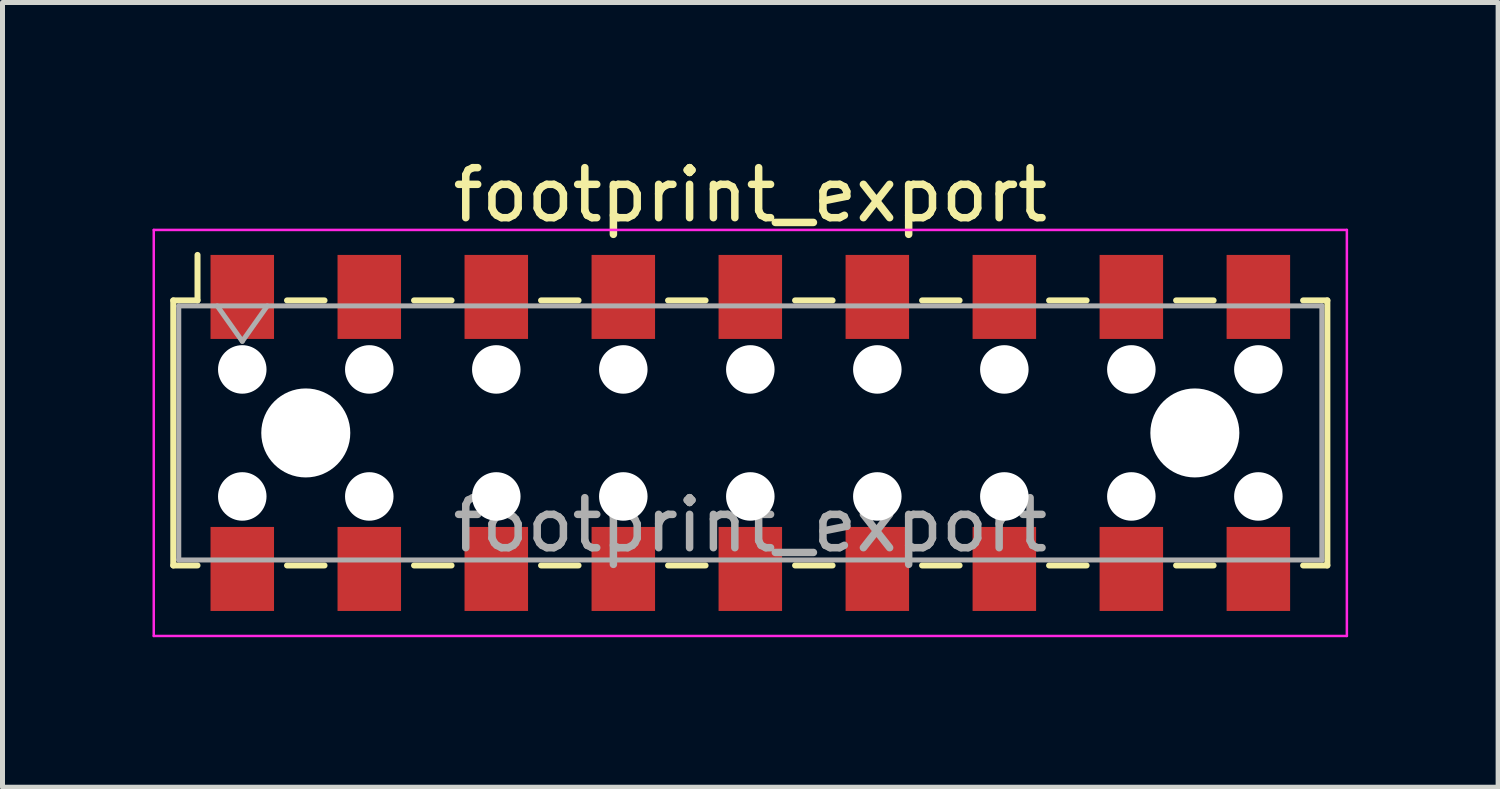
<source format=kicad_pcb>
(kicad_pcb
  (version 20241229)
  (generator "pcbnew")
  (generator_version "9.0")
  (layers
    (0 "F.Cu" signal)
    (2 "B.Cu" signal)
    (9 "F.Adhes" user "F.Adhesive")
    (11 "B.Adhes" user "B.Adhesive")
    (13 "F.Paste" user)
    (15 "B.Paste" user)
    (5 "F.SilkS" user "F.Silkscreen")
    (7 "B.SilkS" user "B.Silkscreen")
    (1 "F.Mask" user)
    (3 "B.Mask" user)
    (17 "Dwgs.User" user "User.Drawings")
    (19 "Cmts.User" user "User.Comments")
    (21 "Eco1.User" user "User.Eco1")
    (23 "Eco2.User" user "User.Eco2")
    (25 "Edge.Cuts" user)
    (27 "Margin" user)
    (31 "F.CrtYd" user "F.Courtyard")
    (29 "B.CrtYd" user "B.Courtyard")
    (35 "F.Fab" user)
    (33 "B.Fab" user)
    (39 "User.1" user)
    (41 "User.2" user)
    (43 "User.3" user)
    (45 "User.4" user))
  (footprint "footprint_export"
    (layer "F.Cu")
    (at 11.955 5.608)
    (property "Reference" "footprint_export" (at 0 -4.76 0) (layer "F.SilkS") (effects (font (size 1 1) (thickness 0.15))))
    (attr smd)
    (fp_line (start -11.54 -2.65) (end -11.54 2.65) (stroke (width 0.12) (type solid)) (layer "F.SilkS"))
    (fp_line (start -11.54 2.65) (end -11.055 2.65) (stroke (width 0.12) (type solid)) (layer "F.SilkS"))
    (fp_line (start -11.055 -3.56) (end -11.055 -2.65) (stroke (width 0.12) (type solid)) (layer "F.SilkS"))
    (fp_line (start -11.055 -2.65) (end -11.54 -2.65) (stroke (width 0.12) (type solid)) (layer "F.SilkS"))
    (fp_line (start -9.265 -2.65) (end -8.515 -2.65) (stroke (width 0.12) (type solid)) (layer "F.SilkS"))
    (fp_line (start -9.265 2.65) (end -8.515 2.65) (stroke (width 0.12) (type solid)) (layer "F.SilkS"))
    (fp_line (start -6.725 -2.65) (end -5.975 -2.65) (stroke (width 0.12) (type solid)) (layer "F.SilkS"))
    (fp_line (start -6.725 2.65) (end -5.975 2.65) (stroke (width 0.12) (type solid)) (layer "F.SilkS"))
    (fp_line (start -4.185 -2.65) (end -3.435 -2.65) (stroke (width 0.12) (type solid)) (layer "F.SilkS"))
    (fp_line (start -4.185 2.65) (end -3.435 2.65) (stroke (width 0.12) (type solid)) (layer "F.SilkS"))
    (fp_line (start -1.645 -2.65) (end -0.895 -2.65) (stroke (width 0.12) (type solid)) (layer "F.SilkS"))
    (fp_line (start -1.645 2.65) (end -0.895 2.65) (stroke (width 0.12) (type solid)) (layer "F.SilkS"))
    (fp_line (start 0.895 -2.65) (end 1.645 -2.65) (stroke (width 0.12) (type solid)) (layer "F.SilkS"))
    (fp_line (start 0.895 2.65) (end 1.645 2.65) (stroke (width 0.12) (type solid)) (layer "F.SilkS"))
    (fp_line (start 3.435 -2.65) (end 4.185 -2.65) (stroke (width 0.12) (type solid)) (layer "F.SilkS"))
    (fp_line (start 3.435 2.65) (end 4.185 2.65) (stroke (width 0.12) (type solid)) (layer "F.SilkS"))
    (fp_line (start 5.975 -2.65) (end 6.725 -2.65) (stroke (width 0.12) (type solid)) (layer "F.SilkS"))
    (fp_line (start 5.975 2.65) (end 6.725 2.65) (stroke (width 0.12) (type solid)) (layer "F.SilkS"))
    (fp_line (start 8.515 -2.65) (end 9.265 -2.65) (stroke (width 0.12) (type solid)) (layer "F.SilkS"))
    (fp_line (start 8.515 2.65) (end 9.265 2.65) (stroke (width 0.12) (type solid)) (layer "F.SilkS"))
    (fp_line (start 11.055 -2.65) (end 11.54 -2.65) (stroke (width 0.12) (type solid)) (layer "F.SilkS"))
    (fp_line (start 11.54 -2.65) (end 11.54 2.65) (stroke (width 0.12) (type solid)) (layer "F.SilkS"))
    (fp_line (start 11.54 2.65) (end 11.055 2.65) (stroke (width 0.12) (type solid)) (layer "F.SilkS"))
    (fp_line (start -11.93 -4.06) (end 11.93 -4.06) (stroke (width 0.05) (type solid)) (layer "F.CrtYd"))
    (fp_line (start -11.93 4.06) (end -11.93 -4.06) (stroke (width 0.05) (type solid)) (layer "F.CrtYd"))
    (fp_line (start 11.93 -4.06) (end 11.93 4.06) (stroke (width 0.05) (type solid)) (layer "F.CrtYd"))
    (fp_line (start 11.93 4.06) (end -11.93 4.06) (stroke (width 0.05) (type solid)) (layer "F.CrtYd"))
    (fp_line (start -11.43 -2.54) (end 11.43 -2.54) (stroke (width 0.1) (type solid)) (layer "F.Fab"))
    (fp_line (start -11.43 2.54) (end -11.43 -2.54) (stroke (width 0.1) (type solid)) (layer "F.Fab"))
    (fp_line (start -10.66 -2.54) (end -10.16 -1.833) (stroke (width 0.1) (type solid)) (layer "F.Fab"))
    (fp_line (start -10.16 -1.833) (end -9.66 -2.54) (stroke (width 0.1) (type solid)) (layer "F.Fab"))
    (fp_line (start 11.43 -2.54) (end 11.43 2.54) (stroke (width 0.1) (type solid)) (layer "F.Fab"))
    (fp_line (start 11.43 2.54) (end -11.43 2.54) (stroke (width 0.1) (type solid)) (layer "F.Fab"))
    (fp_text user "${REFERENCE}" (at 0 1.84 0) (layer "F.Fab") (effects (font (size 1 1) (thickness 0.15))))
    (pad "" np_thru_hole circle (at -10.16 -1.27) (size 0.97 0.97) (drill 0.97) (layers "*.Cu" "*.Mask"))
    (pad "" np_thru_hole circle (at -10.16 1.27) (size 0.97 0.97) (drill 0.97) (layers "*.Cu" "*.Mask"))
    (pad "" np_thru_hole circle (at -8.89 0) (size 1.78 1.78) (drill 1.78) (layers "*.Cu" "*.Mask"))
    (pad "" np_thru_hole circle (at -7.62 -1.27) (size 0.97 0.97) (drill 0.97) (layers "*.Cu" "*.Mask"))
    (pad "" np_thru_hole circle (at -7.62 1.27) (size 0.97 0.97) (drill 0.97) (layers "*.Cu" "*.Mask"))
    (pad "" np_thru_hole circle (at -5.08 -1.27) (size 0.97 0.97) (drill 0.97) (layers "*.Cu" "*.Mask"))
    (pad "" np_thru_hole circle (at -5.08 1.27) (size 0.97 0.97) (drill 0.97) (layers "*.Cu" "*.Mask"))
    (pad "" np_thru_hole circle (at -2.54 -1.27) (size 0.97 0.97) (drill 0.97) (layers "*.Cu" "*.Mask"))
    (pad "" np_thru_hole circle (at -2.54 1.27) (size 0.97 0.97) (drill 0.97) (layers "*.Cu" "*.Mask"))
    (pad "" np_thru_hole circle (at 0 -1.27) (size 0.97 0.97) (drill 0.97) (layers "*.Cu" "*.Mask"))
    (pad "" np_thru_hole circle (at 0 1.27) (size 0.97 0.97) (drill 0.97) (layers "*.Cu" "*.Mask"))
    (pad "" np_thru_hole circle (at 2.54 -1.27) (size 0.97 0.97) (drill 0.97) (layers "*.Cu" "*.Mask"))
    (pad "" np_thru_hole circle (at 2.54 1.27) (size 0.97 0.97) (drill 0.97) (layers "*.Cu" "*.Mask"))
    (pad "" np_thru_hole circle (at 5.08 -1.27) (size 0.97 0.97) (drill 0.97) (layers "*.Cu" "*.Mask"))
    (pad "" np_thru_hole circle (at 5.08 1.27) (size 0.97 0.97) (drill 0.97) (layers "*.Cu" "*.Mask"))
    (pad "" np_thru_hole circle (at 7.62 -1.27) (size 0.97 0.97) (drill 0.97) (layers "*.Cu" "*.Mask"))
    (pad "" np_thru_hole circle (at 7.62 1.27) (size 0.97 0.97) (drill 0.97) (layers "*.Cu" "*.Mask"))
    (pad "" np_thru_hole circle (at 8.89 0) (size 1.78 1.78) (drill 1.78) (layers "*.Cu" "*.Mask"))
    (pad "" np_thru_hole circle (at 10.16 -1.27) (size 0.97 0.97) (drill 0.97) (layers "*.Cu" "*.Mask"))
    (pad "" np_thru_hole circle (at 10.16 1.27) (size 0.97 0.97) (drill 0.97) (layers "*.Cu" "*.Mask"))
    (pad "1" smd rect (at -10.16 -2.72) (size 1.27 1.68) (layers "F.Cu" "F.Mask" "F.Paste"))
    (pad "2" smd rect (at -10.16 2.72) (size 1.27 1.68) (layers "F.Cu" "F.Mask" "F.Paste"))
    (pad "3" smd rect (at -7.62 -2.72) (size 1.27 1.68) (layers "F.Cu" "F.Mask" "F.Paste"))
    (pad "4" smd rect (at -7.62 2.72) (size 1.27 1.68) (layers "F.Cu" "F.Mask" "F.Paste"))
    (pad "5" smd rect (at -5.08 -2.72) (size 1.27 1.68) (layers "F.Cu" "F.Mask" "F.Paste"))
    (pad "6" smd rect (at -5.08 2.72) (size 1.27 1.68) (layers "F.Cu" "F.Mask" "F.Paste"))
    (pad "7" smd rect (at -2.54 -2.72) (size 1.27 1.68) (layers "F.Cu" "F.Mask" "F.Paste"))
    (pad "8" smd rect (at -2.54 2.72) (size 1.27 1.68) (layers "F.Cu" "F.Mask" "F.Paste"))
    (pad "9" smd rect (at 0 -2.72) (size 1.27 1.68) (layers "F.Cu" "F.Mask" "F.Paste"))
    (pad "10" smd rect (at 0 2.72) (size 1.27 1.68) (layers "F.Cu" "F.Mask" "F.Paste"))
    (pad "11" smd rect (at 2.54 -2.72) (size 1.27 1.68) (layers "F.Cu" "F.Mask" "F.Paste"))
    (pad "12" smd rect (at 2.54 2.72) (size 1.27 1.68) (layers "F.Cu" "F.Mask" "F.Paste"))
    (pad "13" smd rect (at 5.08 -2.72) (size 1.27 1.68) (layers "F.Cu" "F.Mask" "F.Paste"))
    (pad "14" smd rect (at 5.08 2.72) (size 1.27 1.68) (layers "F.Cu" "F.Mask" "F.Paste"))
    (pad "15" smd rect (at 7.62 -2.72) (size 1.27 1.68) (layers "F.Cu" "F.Mask" "F.Paste"))
    (pad "16" smd rect (at 7.62 2.72) (size 1.27 1.68) (layers "F.Cu" "F.Mask" "F.Paste"))
    (pad "17" smd rect (at 10.16 -2.72) (size 1.27 1.68) (layers "F.Cu" "F.Mask" "F.Paste"))
    (pad "18" smd rect (at 10.16 2.72) (size 1.27 1.68) (layers "F.Cu" "F.Mask" "F.Paste")))
  (gr_rect
    (start -3 -3)
    (end 26.91 12.693)
    (stroke (width 0.1) (type default))
    (fill no)
    (layer "Edge.Cuts")))
</source>
